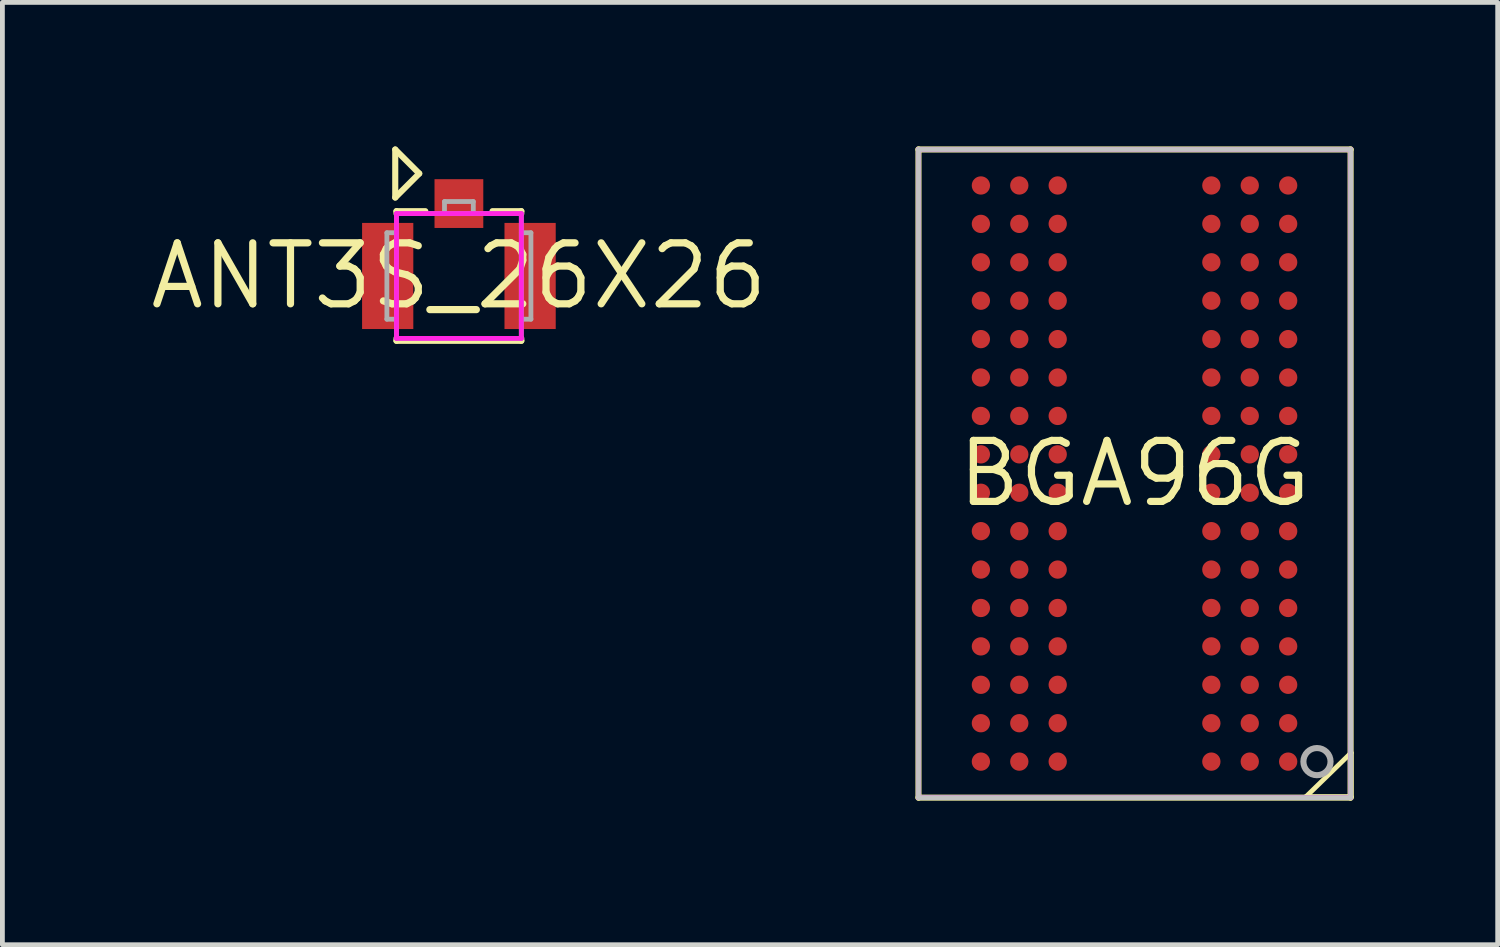
<source format=kicad_pcb>
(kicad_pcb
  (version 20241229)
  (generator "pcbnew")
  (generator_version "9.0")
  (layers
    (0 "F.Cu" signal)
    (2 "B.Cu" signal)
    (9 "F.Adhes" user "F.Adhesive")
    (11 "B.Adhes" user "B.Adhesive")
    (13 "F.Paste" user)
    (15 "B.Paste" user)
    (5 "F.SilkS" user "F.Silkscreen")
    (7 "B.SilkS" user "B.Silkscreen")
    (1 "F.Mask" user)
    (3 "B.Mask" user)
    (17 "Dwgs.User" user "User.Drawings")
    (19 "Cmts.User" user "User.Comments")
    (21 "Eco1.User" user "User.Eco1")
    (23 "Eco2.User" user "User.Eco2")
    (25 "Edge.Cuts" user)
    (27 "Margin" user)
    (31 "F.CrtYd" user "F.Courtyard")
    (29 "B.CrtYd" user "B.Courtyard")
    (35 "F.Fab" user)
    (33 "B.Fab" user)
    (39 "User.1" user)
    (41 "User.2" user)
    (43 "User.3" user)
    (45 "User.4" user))
  (footprint "ANT3S_26X26"
    (layer "F.Cu")
    (at 6.508 2.698)
    (property "Reference" "ANT3S_26X26" (at 0 0 0) (layer "F.SilkS") (effects (font (size 1.27 1.27) (thickness 0.15))))
    (fp_line (start -1.326 -2.634) (end -1.326 -1.634) (stroke (width 0.127) (type solid)) (layer "F.SilkS"))
    (fp_line (start -1.326 -1.634) (end -0.826 -2.134) (stroke (width 0.127) (type solid)) (layer "F.SilkS"))
    (fp_line (start -1.3 -1.35) (end -0.7 -1.35) (stroke (width 0.127) (type solid)) (layer "F.SilkS"))
    (fp_line (start -1.3 -1.3) (end -1.3 -1.35) (stroke (width 0.127) (type solid)) (layer "F.SilkS"))
    (fp_line (start -1.3 1.35) (end -1.3 1.3) (stroke (width 0.127) (type solid)) (layer "F.SilkS"))
    (fp_line (start -0.826 -2.134) (end -1.326 -2.634) (stroke (width 0.127) (type solid)) (layer "F.SilkS"))
    (fp_line (start 1.3 -1.35) (end 0.7 -1.35) (stroke (width 0.127) (type solid)) (layer "F.SilkS"))
    (fp_line (start 1.3 -1.3) (end 1.3 -1.35) (stroke (width 0.127) (type solid)) (layer "F.SilkS"))
    (fp_line (start 1.3 1.3) (end 1.3 1.35) (stroke (width 0.127) (type solid)) (layer "F.SilkS"))
    (fp_line (start 1.3 1.35) (end -1.3 1.35) (stroke (width 0.127) (type solid)) (layer "F.SilkS"))
    (fp_line (start -1.3 -1.3) (end -1.3 1.3) (stroke (width 0.1) (type solid)) (layer "F.CrtYd"))
    (fp_line (start -1.3 1.3) (end 1.3 1.3) (stroke (width 0.1) (type solid)) (layer "F.CrtYd"))
    (fp_line (start 1.3 -1.3) (end -1.3 -1.3) (stroke (width 0.1) (type solid)) (layer "F.CrtYd"))
    (fp_line (start 1.3 1.3) (end 1.3 -1.3) (stroke (width 0.1) (type solid)) (layer "F.CrtYd"))
    (fp_line (start -1.5 -0.9) (end -1.5 0.9) (stroke (width 0.1) (type solid)) (layer "F.Fab"))
    (fp_line (start -1.5 0.9) (end -1.3 0.9) (stroke (width 0.1) (type solid)) (layer "F.Fab"))
    (fp_line (start -1.3 -1.3) (end -1.3 1.3) (stroke (width 0.1) (type solid)) (layer "F.Fab"))
    (fp_line (start -1.3 -0.9) (end -1.5 -0.9) (stroke (width 0.1) (type solid)) (layer "F.Fab"))
    (fp_line (start -1.3 1.3) (end 1.3 1.3) (stroke (width 0.1) (type solid)) (layer "F.Fab"))
    (fp_line (start -0.3 -1.55) (end -0.3 -1.3) (stroke (width 0.1) (type solid)) (layer "F.Fab"))
    (fp_line (start 0.3 -1.55) (end -0.3 -1.55) (stroke (width 0.1) (type solid)) (layer "F.Fab"))
    (fp_line (start 0.3 -1.3) (end 0.3 -1.55) (stroke (width 0.1) (type solid)) (layer "F.Fab"))
    (fp_line (start 1.3 -1.3) (end -1.3 -1.3) (stroke (width 0.1) (type solid)) (layer "F.Fab"))
    (fp_line (start 1.3 0.9) (end 1.5 0.9) (stroke (width 0.1) (type solid)) (layer "F.Fab"))
    (fp_line (start 1.3 1.3) (end 1.3 -1.3) (stroke (width 0.1) (type solid)) (layer "F.Fab"))
    (fp_line (start 1.5 -0.9) (end 1.3 -0.9) (stroke (width 0.1) (type solid)) (layer "F.Fab"))
    (fp_line (start 1.5 0.9) (end 1.5 -0.9) (stroke (width 0.1) (type solid)) (layer "F.Fab"))
    (pad "1" smd rect (at 0 -1.508 180) (size 1.016 1.016) (layers "F.Cu" "F.Mask" "F.Paste"))
    (pad "2" smd rect (at 1.483 0 180) (size 1.067 2.21) (layers "F.Cu" "F.Mask" "F.Paste"))
    (pad "3" smd rect (at -1.483 0 180) (size 1.067 2.21) (layers "F.Cu" "F.Mask" "F.Paste")))
  (footprint "BGA96G"
    (layer "F.Cu")
    (at 20.58 6.813)
    (property "Reference" "BGA96G" (at 0 0 0) (layer "F.SilkS") (effects (font (size 1.27 1.27) (thickness 0.15))))
    (fp_line (start -4.5 -6.75) (end -4.5 6.75) (stroke (width 0.127) (type solid)) (layer "F.SilkS"))
    (fp_line (start -4.5 6.75) (end 4.5 6.75) (stroke (width 0.127) (type solid)) (layer "F.SilkS"))
    (fp_line (start 3.571 6.73) (end 4.511 5.816) (stroke (width 0.1) (type solid)) (layer "F.SilkS"))
    (fp_line (start 4.5 -6.75) (end -4.5 -6.75) (stroke (width 0.127) (type solid)) (layer "F.SilkS"))
    (fp_line (start 4.5 6.75) (end 4.5 -6.75) (stroke (width 0.127) (type solid)) (layer "F.SilkS"))
    (fp_line (start 4.511 5.816) (end 4.511 6.73) (stroke (width 0.1) (type solid)) (layer "F.SilkS"))
    (fp_line (start 4.511 6.73) (end 3.571 6.73) (stroke (width 0.1) (type solid)) (layer "F.SilkS"))
    (fp_line (start -4.5 -6.75) (end -4.5 6.75) (stroke (width 0.1) (type solid)) (layer "Dwgs.User"))
    (fp_line (start -4.5 6.75) (end 4.5 6.75) (stroke (width 0.1) (type solid)) (layer "Dwgs.User"))
    (fp_line (start 4.5 -6.75) (end -4.5 -6.75) (stroke (width 0.1) (type solid)) (layer "Dwgs.User"))
    (fp_line (start 4.5 6.75) (end 4.5 -6.75) (stroke (width 0.1) (type solid)) (layer "Dwgs.User"))
    (fp_line (start -4.5 -6.75) (end -4.5 6.75) (stroke (width 0.1) (type solid)) (layer "F.CrtYd"))
    (fp_line (start -4.5 6.75) (end 4.5 6.75) (stroke (width 0.1) (type solid)) (layer "F.CrtYd"))
    (fp_line (start 4.5 -6.75) (end -4.5 -6.75) (stroke (width 0.1) (type solid)) (layer "F.CrtYd"))
    (fp_line (start 4.5 6.75) (end 4.5 -6.75) (stroke (width 0.1) (type solid)) (layer "F.CrtYd"))
    (fp_line (start -4.5 -6.75) (end -4.5 6.75) (stroke (width 0.1) (type solid)) (layer "F.Fab"))
    (fp_line (start -4.5 6.75) (end 4.5 6.75) (stroke (width 0.1) (type solid)) (layer "F.Fab"))
    (fp_line (start 4.5 -6.75) (end -4.5 -6.75) (stroke (width 0.1) (type solid)) (layer "F.Fab"))
    (fp_line (start 4.5 6.75) (end 4.5 -6.75) (stroke (width 0.1) (type solid)) (layer "F.Fab"))
    (fp_arc (start 3.799992 6.282868) (mid 3.800008 5.717132) (end 3.799992 6.282868) (stroke (width 0.127) (type solid)) (layer "F.Fab"))
    (pad "A1" smd circle (at 3.2 6 180) (size 0.381 0.381) (layers "F.Cu" "F.Mask" "F.Paste"))
    (pad "A2" smd circle (at 2.4 6 180) (size 0.381 0.381) (layers "F.Cu" "F.Mask" "F.Paste"))
    (pad "A3" smd circle (at 1.6 6 180) (size 0.381 0.381) (layers "F.Cu" "F.Mask" "F.Paste"))
    (pad "A7" smd circle (at -1.6 6 180) (size 0.381 0.381) (layers "F.Cu" "F.Mask" "F.Paste"))
    (pad "A8" smd circle (at -2.4 6 180) (size 0.381 0.381) (layers "F.Cu" "F.Mask" "F.Paste"))
    (pad "A9" smd circle (at -3.2 6 180) (size 0.381 0.381) (layers "F.Cu" "F.Mask" "F.Paste"))
    (pad "B1" smd circle (at 3.2 5.2 180) (size 0.381 0.381) (layers "F.Cu" "F.Mask" "F.Paste"))
    (pad "B2" smd circle (at 2.4 5.2 180) (size 0.381 0.381) (layers "F.Cu" "F.Mask" "F.Paste"))
    (pad "B3" smd circle (at 1.6 5.2 180) (size 0.381 0.381) (layers "F.Cu" "F.Mask" "F.Paste"))
    (pad "B7" smd circle (at -1.6 5.2 180) (size 0.381 0.381) (layers "F.Cu" "F.Mask" "F.Paste"))
    (pad "B8" smd circle (at -2.4 5.2 180) (size 0.381 0.381) (layers "F.Cu" "F.Mask" "F.Paste"))
    (pad "B9" smd circle (at -3.2 5.2 180) (size 0.381 0.381) (layers "F.Cu" "F.Mask" "F.Paste"))
    (pad "C1" smd circle (at 3.2 4.4 180) (size 0.381 0.381) (layers "F.Cu" "F.Mask" "F.Paste"))
    (pad "C2" smd circle (at 2.4 4.4 180) (size 0.381 0.381) (layers "F.Cu" "F.Mask" "F.Paste"))
    (pad "C3" smd circle (at 1.6 4.4 180) (size 0.381 0.381) (layers "F.Cu" "F.Mask" "F.Paste"))
    (pad "C7" smd circle (at -1.6 4.4 180) (size 0.381 0.381) (layers "F.Cu" "F.Mask" "F.Paste"))
    (pad "C8" smd circle (at -2.4 4.4 180) (size 0.381 0.381) (layers "F.Cu" "F.Mask" "F.Paste"))
    (pad "C9" smd circle (at -3.2 4.4 180) (size 0.381 0.381) (layers "F.Cu" "F.Mask" "F.Paste"))
    (pad "D1" smd circle (at 3.2 3.6 180) (size 0.381 0.381) (layers "F.Cu" "F.Mask" "F.Paste"))
    (pad "D2" smd circle (at 2.4 3.6 180) (size 0.381 0.381) (layers "F.Cu" "F.Mask" "F.Paste"))
    (pad "D3" smd circle (at 1.6 3.6 180) (size 0.381 0.381) (layers "F.Cu" "F.Mask" "F.Paste"))
    (pad "D7" smd circle (at -1.6 3.6 180) (size 0.381 0.381) (layers "F.Cu" "F.Mask" "F.Paste"))
    (pad "D8" smd circle (at -2.4 3.6 180) (size 0.381 0.381) (layers "F.Cu" "F.Mask" "F.Paste"))
    (pad "D9" smd circle (at -3.2 3.6 180) (size 0.381 0.381) (layers "F.Cu" "F.Mask" "F.Paste"))
    (pad "E1" smd circle (at 3.2 2.8 180) (size 0.381 0.381) (layers "F.Cu" "F.Mask" "F.Paste"))
    (pad "E2" smd circle (at 2.4 2.8 180) (size 0.381 0.381) (layers "F.Cu" "F.Mask" "F.Paste"))
    (pad "E3" smd circle (at 1.6 2.8 180) (size 0.381 0.381) (layers "F.Cu" "F.Mask" "F.Paste"))
    (pad "E7" smd circle (at -1.6 2.8 180) (size 0.381 0.381) (layers "F.Cu" "F.Mask" "F.Paste"))
    (pad "E8" smd circle (at -2.4 2.8 180) (size 0.381 0.381) (layers "F.Cu" "F.Mask" "F.Paste"))
    (pad "E9" smd circle (at -3.2 2.8 180) (size 0.381 0.381) (layers "F.Cu" "F.Mask" "F.Paste"))
    (pad "F1" smd circle (at 3.2 2 180) (size 0.381 0.381) (layers "F.Cu" "F.Mask" "F.Paste"))
    (pad "F2" smd circle (at 2.4 2 180) (size 0.381 0.381) (layers "F.Cu" "F.Mask" "F.Paste"))
    (pad "F3" smd circle (at 1.6 2 180) (size 0.381 0.381) (layers "F.Cu" "F.Mask" "F.Paste"))
    (pad "F7" smd circle (at -1.6 2 180) (size 0.381 0.381) (layers "F.Cu" "F.Mask" "F.Paste"))
    (pad "F8" smd circle (at -2.4 2 180) (size 0.381 0.381) (layers "F.Cu" "F.Mask" "F.Paste"))
    (pad "F9" smd circle (at -3.2 2 180) (size 0.381 0.381) (layers "F.Cu" "F.Mask" "F.Paste"))
    (pad "G1" smd circle (at 3.2 1.2 180) (size 0.381 0.381) (layers "F.Cu" "F.Mask" "F.Paste"))
    (pad "G2" smd circle (at 2.4 1.2 180) (size 0.381 0.381) (layers "F.Cu" "F.Mask" "F.Paste"))
    (pad "G3" smd circle (at 1.6 1.2 180) (size 0.381 0.381) (layers "F.Cu" "F.Mask" "F.Paste"))
    (pad "G7" smd circle (at -1.6 1.2 180) (size 0.381 0.381) (layers "F.Cu" "F.Mask" "F.Paste"))
    (pad "G8" smd circle (at -2.4 1.2 180) (size 0.381 0.381) (layers "F.Cu" "F.Mask" "F.Paste"))
    (pad "G9" smd circle (at -3.2 1.2 180) (size 0.381 0.381) (layers "F.Cu" "F.Mask" "F.Paste"))
    (pad "H1" smd circle (at 3.2 0.4 180) (size 0.381 0.381) (layers "F.Cu" "F.Mask" "F.Paste"))
    (pad "H2" smd circle (at 2.4 0.4 180) (size 0.381 0.381) (layers "F.Cu" "F.Mask" "F.Paste"))
    (pad "H3" smd circle (at 1.6 0.4 180) (size 0.381 0.381) (layers "F.Cu" "F.Mask" "F.Paste"))
    (pad "H7" smd circle (at -1.6 0.4 180) (size 0.381 0.381) (layers "F.Cu" "F.Mask" "F.Paste"))
    (pad "H8" smd circle (at -2.4 0.4 180) (size 0.381 0.381) (layers "F.Cu" "F.Mask" "F.Paste"))
    (pad "H9" smd circle (at -3.2 0.4 180) (size 0.381 0.381) (layers "F.Cu" "F.Mask" "F.Paste"))
    (pad "J1" smd circle (at 3.2 -0.4 180) (size 0.381 0.381) (layers "F.Cu" "F.Mask" "F.Paste"))
    (pad "J2" smd circle (at 2.4 -0.4 180) (size 0.381 0.381) (layers "F.Cu" "F.Mask" "F.Paste"))
    (pad "J3" smd circle (at 1.6 -0.4 180) (size 0.381 0.381) (layers "F.Cu" "F.Mask" "F.Paste"))
    (pad "J7" smd circle (at -1.6 -0.4 180) (size 0.381 0.381) (layers "F.Cu" "F.Mask" "F.Paste"))
    (pad "J8" smd circle (at -2.4 -0.4 180) (size 0.381 0.381) (layers "F.Cu" "F.Mask" "F.Paste"))
    (pad "J9" smd circle (at -3.2 -0.4 180) (size 0.381 0.381) (layers "F.Cu" "F.Mask" "F.Paste"))
    (pad "K1" smd circle (at 3.2 -1.2 180) (size 0.381 0.381) (layers "F.Cu" "F.Mask" "F.Paste"))
    (pad "K2" smd circle (at 2.4 -1.2 180) (size 0.381 0.381) (layers "F.Cu" "F.Mask" "F.Paste"))
    (pad "K3" smd circle (at 1.6 -1.2 180) (size 0.381 0.381) (layers "F.Cu" "F.Mask" "F.Paste"))
    (pad "K7" smd circle (at -1.6 -1.2 180) (size 0.381 0.381) (layers "F.Cu" "F.Mask" "F.Paste"))
    (pad "K8" smd circle (at -2.4 -1.2 180) (size 0.381 0.381) (layers "F.Cu" "F.Mask" "F.Paste"))
    (pad "K9" smd circle (at -3.2 -1.2 180) (size 0.381 0.381) (layers "F.Cu" "F.Mask" "F.Paste"))
    (pad "L1" smd circle (at 3.2 -2 180) (size 0.381 0.381) (layers "F.Cu" "F.Mask" "F.Paste"))
    (pad "L2" smd circle (at 2.4 -2 180) (size 0.381 0.381) (layers "F.Cu" "F.Mask" "F.Paste"))
    (pad "L3" smd circle (at 1.6 -2 180) (size 0.381 0.381) (layers "F.Cu" "F.Mask" "F.Paste"))
    (pad "L7" smd circle (at -1.6 -2 180) (size 0.381 0.381) (layers "F.Cu" "F.Mask" "F.Paste"))
    (pad "L8" smd circle (at -2.4 -2 180) (size 0.381 0.381) (layers "F.Cu" "F.Mask" "F.Paste"))
    (pad "L9" smd circle (at -3.2 -2 180) (size 0.381 0.381) (layers "F.Cu" "F.Mask" "F.Paste"))
    (pad "M1" smd circle (at 3.2 -2.8 180) (size 0.381 0.381) (layers "F.Cu" "F.Mask" "F.Paste"))
    (pad "M2" smd circle (at 2.4 -2.8 180) (size 0.381 0.381) (layers "F.Cu" "F.Mask" "F.Paste"))
    (pad "M3" smd circle (at 1.6 -2.8 180) (size 0.381 0.381) (layers "F.Cu" "F.Mask" "F.Paste"))
    (pad "M7" smd circle (at -1.6 -2.8 180) (size 0.381 0.381) (layers "F.Cu" "F.Mask" "F.Paste"))
    (pad "M8" smd circle (at -2.4 -2.8 180) (size 0.381 0.381) (layers "F.Cu" "F.Mask" "F.Paste"))
    (pad "M9" smd circle (at -3.2 -2.8 180) (size 0.381 0.381) (layers "F.Cu" "F.Mask" "F.Paste"))
    (pad "N1" smd circle (at 3.2 -3.6 180) (size 0.381 0.381) (layers "F.Cu" "F.Mask" "F.Paste"))
    (pad "N2" smd circle (at 2.4 -3.6 180) (size 0.381 0.381) (layers "F.Cu" "F.Mask" "F.Paste"))
    (pad "N3" smd circle (at 1.6 -3.6 180) (size 0.381 0.381) (layers "F.Cu" "F.Mask" "F.Paste"))
    (pad "N7" smd circle (at -1.6 -3.6 180) (size 0.381 0.381) (layers "F.Cu" "F.Mask" "F.Paste"))
    (pad "N8" smd circle (at -2.4 -3.6 180) (size 0.381 0.381) (layers "F.Cu" "F.Mask" "F.Paste"))
    (pad "N9" smd circle (at -3.2 -3.6 180) (size 0.381 0.381) (layers "F.Cu" "F.Mask" "F.Paste"))
    (pad "P1" smd circle (at 3.2 -4.4 180) (size 0.381 0.381) (layers "F.Cu" "F.Mask" "F.Paste"))
    (pad "P2" smd circle (at 2.4 -4.4 180) (size 0.381 0.381) (layers "F.Cu" "F.Mask" "F.Paste"))
    (pad "P3" smd circle (at 1.6 -4.4 180) (size 0.381 0.381) (layers "F.Cu" "F.Mask" "F.Paste"))
    (pad "P7" smd circle (at -1.6 -4.4 180) (size 0.381 0.381) (layers "F.Cu" "F.Mask" "F.Paste"))
    (pad "P8" smd circle (at -2.4 -4.4 180) (size 0.381 0.381) (layers "F.Cu" "F.Mask" "F.Paste"))
    (pad "P9" smd circle (at -3.2 -4.4 180) (size 0.381 0.381) (layers "F.Cu" "F.Mask" "F.Paste"))
    (pad "R1" smd circle (at 3.2 -5.2 180) (size 0.381 0.381) (layers "F.Cu" "F.Mask" "F.Paste"))
    (pad "R2" smd circle (at 2.4 -5.2 180) (size 0.381 0.381) (layers "F.Cu" "F.Mask" "F.Paste"))
    (pad "R3" smd circle (at 1.6 -5.2 180) (size 0.381 0.381) (layers "F.Cu" "F.Mask" "F.Paste"))
    (pad "R7" smd circle (at -1.6 -5.2 180) (size 0.381 0.381) (layers "F.Cu" "F.Mask" "F.Paste"))
    (pad "R8" smd circle (at -2.4 -5.2 180) (size 0.381 0.381) (layers "F.Cu" "F.Mask" "F.Paste"))
    (pad "R9" smd circle (at -3.2 -5.2 180) (size 0.381 0.381) (layers "F.Cu" "F.Mask" "F.Paste"))
    (pad "T1" smd circle (at 3.2 -6 180) (size 0.381 0.381) (layers "F.Cu" "F.Mask" "F.Paste"))
    (pad "T2" smd circle (at 2.4 -6 180) (size 0.381 0.381) (layers "F.Cu" "F.Mask" "F.Paste"))
    (pad "T3" smd circle (at 1.6 -6 180) (size 0.381 0.381) (layers "F.Cu" "F.Mask" "F.Paste"))
    (pad "T7" smd circle (at -1.6 -6 180) (size 0.381 0.381) (layers "F.Cu" "F.Mask" "F.Paste"))
    (pad "T8" smd circle (at -2.4 -6 180) (size 0.381 0.381) (layers "F.Cu" "F.Mask" "F.Paste"))
    (pad "T9" smd circle (at -3.2 -6 180) (size 0.381 0.381) (layers "F.Cu" "F.Mask" "F.Paste")))
  (gr_rect
    (start -3 -3)
    (end 28.144 16.627)
    (stroke (width 0.1) (type default))
    (fill no)
    (layer "Edge.Cuts")))
</source>
